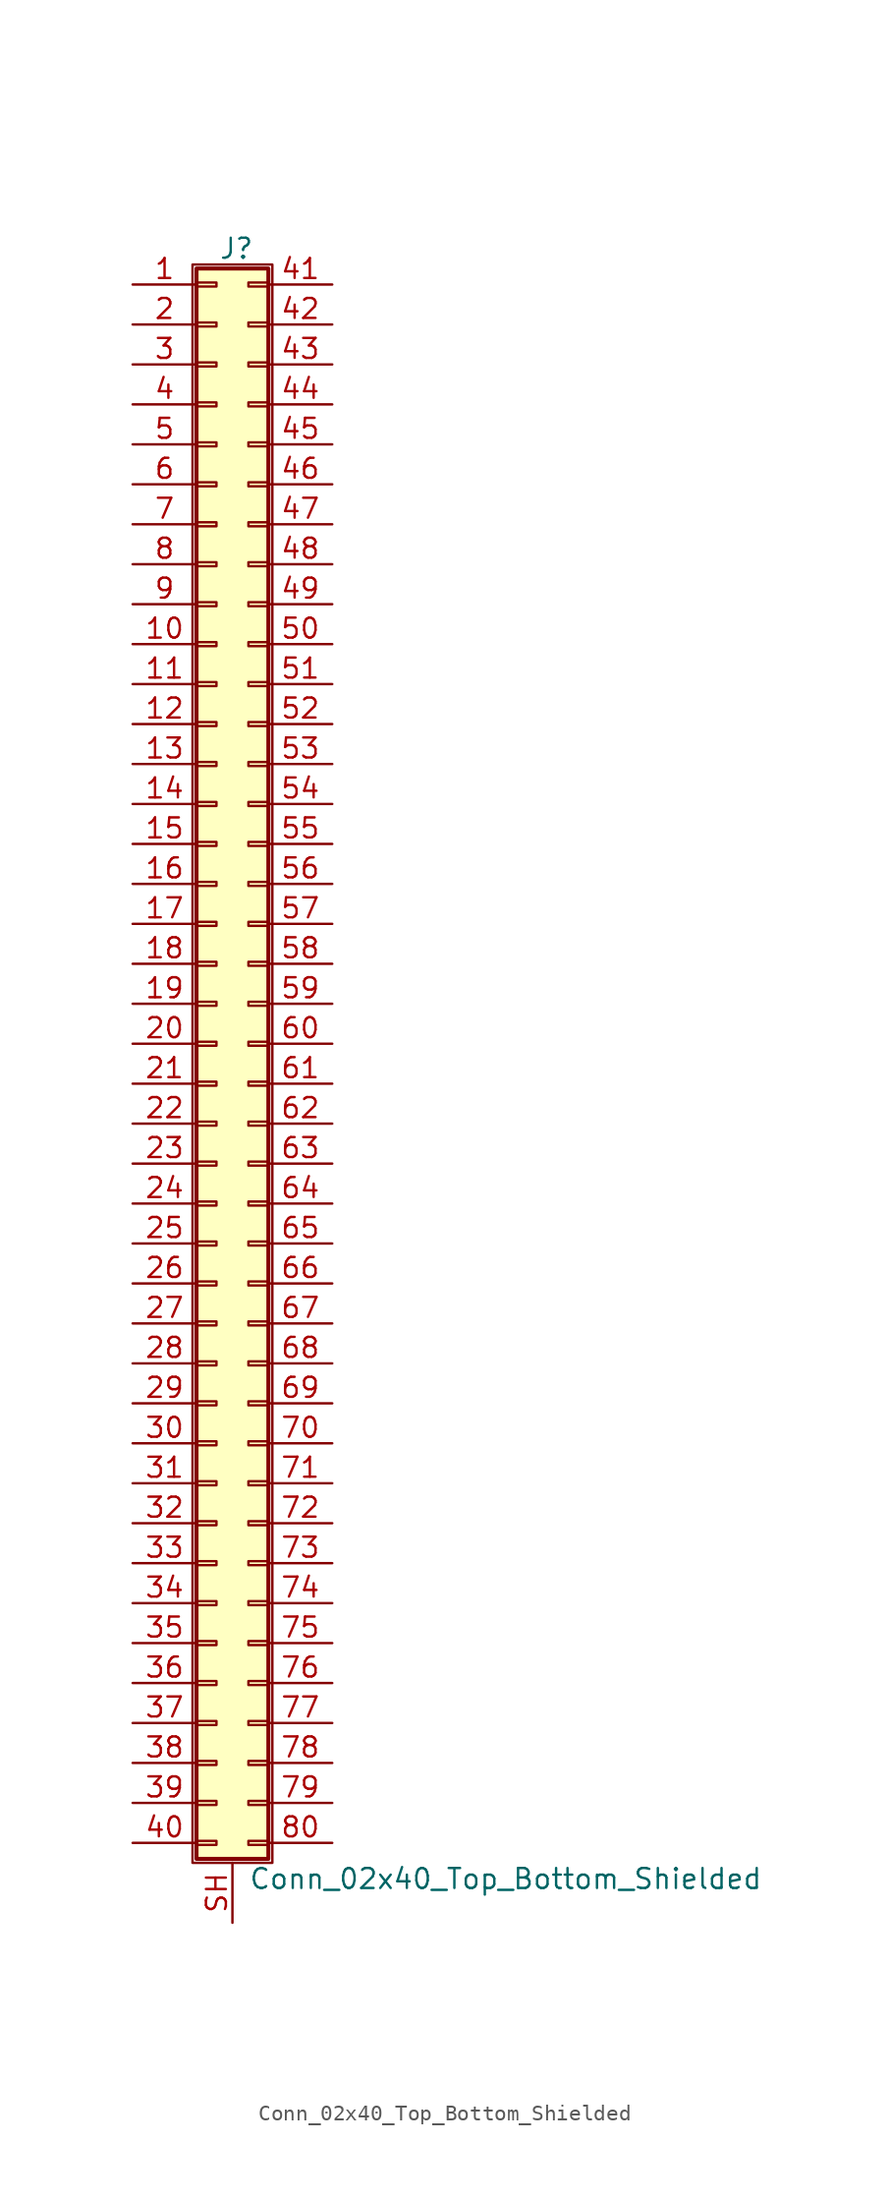
<source format=kicad_sym>
(kicad_symbol_lib
  (version 20211014)
  (generator kicad_symbol_editor)
  (symbol "Conn_02x40_Top_Bottom_Shielded"
    (pin_names
      (offset 1.016) hide)
    (property "Reference" "J"
      (at 1.524 50.546 0)
      (effects (font (size 1.27 1.27))))
    (property "Value" "Conn_02x40_Top_Bottom_Shielded"
      (at 2.286 -53.086 0)
      (effects (font (size 1.27 1.27)) (justify left)))
    (symbol "Conn_02x40_Top_Bottom_Shielded_1_1"
      (rectangle (start -1.27 49.53) (end 3.81 -52.07) (stroke (width 0.152) (type default) (color 0 0 0 0)) (fill (type none)))
      (rectangle (start -1.016 -50.673) (end 0.254 -50.927) (stroke (width 0.152) (type default) (color 0 0 0 0)) (fill (type none)))
      (rectangle (start -1.016 -48.133) (end 0.254 -48.387) (stroke (width 0.152) (type default) (color 0 0 0 0)) (fill (type none)))
      (rectangle (start -1.016 -45.593) (end 0.254 -45.847) (stroke (width 0.152) (type default) (color 0 0 0 0)) (fill (type none)))
      (rectangle (start -1.016 -43.053) (end 0.254 -43.307) (stroke (width 0.152) (type default) (color 0 0 0 0)) (fill (type none)))
      (rectangle (start -1.016 -40.513) (end 0.254 -40.767) (stroke (width 0.152) (type default) (color 0 0 0 0)) (fill (type none)))
      (rectangle (start -1.016 -37.973) (end 0.254 -38.227) (stroke (width 0.152) (type default) (color 0 0 0 0)) (fill (type none)))
      (rectangle (start -1.016 -35.433) (end 0.254 -35.687) (stroke (width 0.152) (type default) (color 0 0 0 0)) (fill (type none)))
      (rectangle (start -1.016 -32.893) (end 0.254 -33.147) (stroke (width 0.152) (type default) (color 0 0 0 0)) (fill (type none)))
      (rectangle (start -1.016 -30.353) (end 0.254 -30.607) (stroke (width 0.152) (type default) (color 0 0 0 0)) (fill (type none)))
      (rectangle (start -1.016 -27.813) (end 0.254 -28.067) (stroke (width 0.152) (type default) (color 0 0 0 0)) (fill (type none)))
      (rectangle (start -1.016 -25.273) (end 0.254 -25.527) (stroke (width 0.152) (type default) (color 0 0 0 0)) (fill (type none)))
      (rectangle (start -1.016 -22.733) (end 0.254 -22.987) (stroke (width 0.152) (type default) (color 0 0 0 0)) (fill (type none)))
      (rectangle (start -1.016 -20.193) (end 0.254 -20.447) (stroke (width 0.152) (type default) (color 0 0 0 0)) (fill (type none)))
      (rectangle (start -1.016 -17.653) (end 0.254 -17.907) (stroke (width 0.152) (type default) (color 0 0 0 0)) (fill (type none)))
      (rectangle (start -1.016 -15.113) (end 0.254 -15.367) (stroke (width 0.152) (type default) (color 0 0 0 0)) (fill (type none)))
      (rectangle (start -1.016 -12.573) (end 0.254 -12.827) (stroke (width 0.152) (type default) (color 0 0 0 0)) (fill (type none)))
      (rectangle (start -1.016 -10.033) (end 0.254 -10.287) (stroke (width 0.152) (type default) (color 0 0 0 0)) (fill (type none)))
      (rectangle (start -1.016 -7.493) (end 0.254 -7.747) (stroke (width 0.152) (type default) (color 0 0 0 0)) (fill (type none)))
      (rectangle (start -1.016 -4.953) (end 0.254 -5.207) (stroke (width 0.152) (type default) (color 0 0 0 0)) (fill (type none)))
      (rectangle (start -1.016 -2.413) (end 0.254 -2.667) (stroke (width 0.152) (type default) (color 0 0 0 0)) (fill (type none)))
      (rectangle (start -1.016 0.127) (end 0.254 -0.127) (stroke (width 0.152) (type default) (color 0 0 0 0)) (fill (type none)))
      (rectangle (start -1.016 2.667) (end 0.254 2.413) (stroke (width 0.152) (type default) (color 0 0 0 0)) (fill (type none)))
      (rectangle (start -1.016 5.207) (end 0.254 4.953) (stroke (width 0.152) (type default) (color 0 0 0 0)) (fill (type none)))
      (rectangle (start -1.016 7.747) (end 0.254 7.493) (stroke (width 0.152) (type default) (color 0 0 0 0)) (fill (type none)))
      (rectangle (start -1.016 10.287) (end 0.254 10.033) (stroke (width 0.152) (type default) (color 0 0 0 0)) (fill (type none)))
      (rectangle (start -1.016 12.827) (end 0.254 12.573) (stroke (width 0.152) (type default) (color 0 0 0 0)) (fill (type none)))
      (rectangle (start -1.016 15.367) (end 0.254 15.113) (stroke (width 0.152) (type default) (color 0 0 0 0)) (fill (type none)))
      (rectangle (start -1.016 17.907) (end 0.254 17.653) (stroke (width 0.152) (type default) (color 0 0 0 0)) (fill (type none)))
      (rectangle (start -1.016 20.447) (end 0.254 20.193) (stroke (width 0.152) (type default) (color 0 0 0 0)) (fill (type none)))
      (rectangle (start -1.016 22.987) (end 0.254 22.733) (stroke (width 0.152) (type default) (color 0 0 0 0)) (fill (type none)))
      (rectangle (start -1.016 25.527) (end 0.254 25.273) (stroke (width 0.152) (type default) (color 0 0 0 0)) (fill (type none)))
      (rectangle (start -1.016 28.067) (end 0.254 27.813) (stroke (width 0.152) (type default) (color 0 0 0 0)) (fill (type none)))
      (rectangle (start -1.016 30.607) (end 0.254 30.353) (stroke (width 0.152) (type default) (color 0 0 0 0)) (fill (type none)))
      (rectangle (start -1.016 33.147) (end 0.254 32.893) (stroke (width 0.152) (type default) (color 0 0 0 0)) (fill (type none)))
      (rectangle (start -1.016 35.687) (end 0.254 35.433) (stroke (width 0.152) (type default) (color 0 0 0 0)) (fill (type none)))
      (rectangle (start -1.016 38.227) (end 0.254 37.973) (stroke (width 0.152) (type default) (color 0 0 0 0)) (fill (type none)))
      (rectangle (start -1.016 40.767) (end 0.254 40.513) (stroke (width 0.152) (type default) (color 0 0 0 0)) (fill (type none)))
      (rectangle (start -1.016 43.307) (end 0.254 43.053) (stroke (width 0.152) (type default) (color 0 0 0 0)) (fill (type none)))
      (rectangle (start -1.016 45.847) (end 0.254 45.593) (stroke (width 0.152) (type default) (color 0 0 0 0)) (fill (type none)))
      (rectangle (start -1.016 48.387) (end 0.254 48.133) (stroke (width 0.152) (type default) (color 0 0 0 0)) (fill (type none)))
      (rectangle (start -1.016 49.276) (end 3.556 -51.816) (stroke (width 0.254) (type default) (color 0 0 0 0)) (fill (type background)))
      (rectangle (start 3.556 -50.673) (end 2.286 -50.927) (stroke (width 0.152) (type default) (color 0 0 0 0)) (fill (type none)))
      (rectangle (start 3.556 -48.133) (end 2.286 -48.387) (stroke (width 0.152) (type default) (color 0 0 0 0)) (fill (type none)))
      (rectangle (start 3.556 -45.593) (end 2.286 -45.847) (stroke (width 0.152) (type default) (color 0 0 0 0)) (fill (type none)))
      (rectangle (start 3.556 -43.053) (end 2.286 -43.307) (stroke (width 0.152) (type default) (color 0 0 0 0)) (fill (type none)))
      (rectangle (start 3.556 -40.513) (end 2.286 -40.767) (stroke (width 0.152) (type default) (color 0 0 0 0)) (fill (type none)))
      (rectangle (start 3.556 -37.973) (end 2.286 -38.227) (stroke (width 0.152) (type default) (color 0 0 0 0)) (fill (type none)))
      (rectangle (start 3.556 -35.433) (end 2.286 -35.687) (stroke (width 0.152) (type default) (color 0 0 0 0)) (fill (type none)))
      (rectangle (start 3.556 -32.893) (end 2.286 -33.147) (stroke (width 0.152) (type default) (color 0 0 0 0)) (fill (type none)))
      (rectangle (start 3.556 -30.353) (end 2.286 -30.607) (stroke (width 0.152) (type default) (color 0 0 0 0)) (fill (type none)))
      (rectangle (start 3.556 -27.813) (end 2.286 -28.067) (stroke (width 0.152) (type default) (color 0 0 0 0)) (fill (type none)))
      (rectangle (start 3.556 -25.273) (end 2.286 -25.527) (stroke (width 0.152) (type default) (color 0 0 0 0)) (fill (type none)))
      (rectangle (start 3.556 -22.733) (end 2.286 -22.987) (stroke (width 0.152) (type default) (color 0 0 0 0)) (fill (type none)))
      (rectangle (start 3.556 -20.193) (end 2.286 -20.447) (stroke (width 0.152) (type default) (color 0 0 0 0)) (fill (type none)))
      (rectangle (start 3.556 -17.653) (end 2.286 -17.907) (stroke (width 0.152) (type default) (color 0 0 0 0)) (fill (type none)))
      (rectangle (start 3.556 -15.113) (end 2.286 -15.367) (stroke (width 0.152) (type default) (color 0 0 0 0)) (fill (type none)))
      (rectangle (start 3.556 -12.573) (end 2.286 -12.827) (stroke (width 0.152) (type default) (color 0 0 0 0)) (fill (type none)))
      (rectangle (start 3.556 -10.033) (end 2.286 -10.287) (stroke (width 0.152) (type default) (color 0 0 0 0)) (fill (type none)))
      (rectangle (start 3.556 -7.493) (end 2.286 -7.747) (stroke (width 0.152) (type default) (color 0 0 0 0)) (fill (type none)))
      (rectangle (start 3.556 -4.953) (end 2.286 -5.207) (stroke (width 0.152) (type default) (color 0 0 0 0)) (fill (type none)))
      (rectangle (start 3.556 -2.413) (end 2.286 -2.667) (stroke (width 0.152) (type default) (color 0 0 0 0)) (fill (type none)))
      (rectangle (start 3.556 0.127) (end 2.286 -0.127) (stroke (width 0.152) (type default) (color 0 0 0 0)) (fill (type none)))
      (rectangle (start 3.556 2.667) (end 2.286 2.413) (stroke (width 0.152) (type default) (color 0 0 0 0)) (fill (type none)))
      (rectangle (start 3.556 5.207) (end 2.286 4.953) (stroke (width 0.152) (type default) (color 0 0 0 0)) (fill (type none)))
      (rectangle (start 3.556 7.747) (end 2.286 7.493) (stroke (width 0.152) (type default) (color 0 0 0 0)) (fill (type none)))
      (rectangle (start 3.556 10.287) (end 2.286 10.033) (stroke (width 0.152) (type default) (color 0 0 0 0)) (fill (type none)))
      (rectangle (start 3.556 12.827) (end 2.286 12.573) (stroke (width 0.152) (type default) (color 0 0 0 0)) (fill (type none)))
      (rectangle (start 3.556 15.367) (end 2.286 15.113) (stroke (width 0.152) (type default) (color 0 0 0 0)) (fill (type none)))
      (rectangle (start 3.556 17.907) (end 2.286 17.653) (stroke (width 0.152) (type default) (color 0 0 0 0)) (fill (type none)))
      (rectangle (start 3.556 20.447) (end 2.286 20.193) (stroke (width 0.152) (type default) (color 0 0 0 0)) (fill (type none)))
      (rectangle (start 3.556 22.987) (end 2.286 22.733) (stroke (width 0.152) (type default) (color 0 0 0 0)) (fill (type none)))
      (rectangle (start 3.556 25.527) (end 2.286 25.273) (stroke (width 0.152) (type default) (color 0 0 0 0)) (fill (type none)))
      (rectangle (start 3.556 28.067) (end 2.286 27.813) (stroke (width 0.152) (type default) (color 0 0 0 0)) (fill (type none)))
      (rectangle (start 3.556 30.607) (end 2.286 30.353) (stroke (width 0.152) (type default) (color 0 0 0 0)) (fill (type none)))
      (rectangle (start 3.556 33.147) (end 2.286 32.893) (stroke (width 0.152) (type default) (color 0 0 0 0)) (fill (type none)))
      (rectangle (start 3.556 35.687) (end 2.286 35.433) (stroke (width 0.152) (type default) (color 0 0 0 0)) (fill (type none)))
      (rectangle (start 3.556 38.227) (end 2.286 37.973) (stroke (width 0.152) (type default) (color 0 0 0 0)) (fill (type none)))
      (rectangle (start 3.556 40.767) (end 2.286 40.513) (stroke (width 0.152) (type default) (color 0 0 0 0)) (fill (type none)))
      (rectangle (start 3.556 43.307) (end 2.286 43.053) (stroke (width 0.152) (type default) (color 0 0 0 0)) (fill (type none)))
      (rectangle (start 3.556 45.847) (end 2.286 45.593) (stroke (width 0.152) (type default) (color 0 0 0 0)) (fill (type none)))
      (rectangle (start 3.556 48.387) (end 2.286 48.133) (stroke (width 0.152) (type default) (color 0 0 0 0)) (fill (type none)))
      (pin passive line (at -5.08 48.26 0) (length 4.064) (name "Pin_1" (effects (font (size 1.27 1.27)))) (number "1" (effects (font (size 1.27 1.27)))))
      (pin passive line (at -5.08 25.4 0) (length 4.064) (name "Pin_10" (effects (font (size 1.27 1.27)))) (number "10" (effects (font (size 1.27 1.27)))))
      (pin passive line (at -5.08 22.86 0) (length 4.064) (name "Pin_11" (effects (font (size 1.27 1.27)))) (number "11" (effects (font (size 1.27 1.27)))))
      (pin passive line (at -5.08 20.32 0) (length 4.064) (name "Pin_12" (effects (font (size 1.27 1.27)))) (number "12" (effects (font (size 1.27 1.27)))))
      (pin passive line (at -5.08 17.78 0) (length 4.064) (name "Pin_13" (effects (font (size 1.27 1.27)))) (number "13" (effects (font (size 1.27 1.27)))))
      (pin passive line (at -5.08 15.24 0) (length 4.064) (name "Pin_14" (effects (font (size 1.27 1.27)))) (number "14" (effects (font (size 1.27 1.27)))))
      (pin passive line (at -5.08 12.7 0) (length 4.064) (name "Pin_15" (effects (font (size 1.27 1.27)))) (number "15" (effects (font (size 1.27 1.27)))))
      (pin passive line (at -5.08 10.16 0) (length 4.064) (name "Pin_16" (effects (font (size 1.27 1.27)))) (number "16" (effects (font (size 1.27 1.27)))))
      (pin passive line (at -5.08 7.62 0) (length 4.064) (name "Pin_17" (effects (font (size 1.27 1.27)))) (number "17" (effects (font (size 1.27 1.27)))))
      (pin passive line (at -5.08 5.08 0) (length 4.064) (name "Pin_18" (effects (font (size 1.27 1.27)))) (number "18" (effects (font (size 1.27 1.27)))))
      (pin passive line (at -5.08 2.54 0) (length 4.064) (name "Pin_19" (effects (font (size 1.27 1.27)))) (number "19" (effects (font (size 1.27 1.27)))))
      (pin passive line (at -5.08 45.72 0) (length 4.064) (name "Pin_2" (effects (font (size 1.27 1.27)))) (number "2" (effects (font (size 1.27 1.27)))))
      (pin passive line (at -5.08 0 0) (length 4.064) (name "Pin_20" (effects (font (size 1.27 1.27)))) (number "20" (effects (font (size 1.27 1.27)))))
      (pin passive line (at -5.08 -2.54 0) (length 4.064) (name "Pin_21" (effects (font (size 1.27 1.27)))) (number "21" (effects (font (size 1.27 1.27)))))
      (pin passive line (at -5.08 -5.08 0) (length 4.064) (name "Pin_22" (effects (font (size 1.27 1.27)))) (number "22" (effects (font (size 1.27 1.27)))))
      (pin passive line (at -5.08 -7.62 0) (length 4.064) (name "Pin_23" (effects (font (size 1.27 1.27)))) (number "23" (effects (font (size 1.27 1.27)))))
      (pin passive line (at -5.08 -10.16 0) (length 4.064) (name "Pin_24" (effects (font (size 1.27 1.27)))) (number "24" (effects (font (size 1.27 1.27)))))
      (pin passive line (at -5.08 -12.7 0) (length 4.064) (name "Pin_25" (effects (font (size 1.27 1.27)))) (number "25" (effects (font (size 1.27 1.27)))))
      (pin passive line (at -5.08 -15.24 0) (length 4.064) (name "Pin_26" (effects (font (size 1.27 1.27)))) (number "26" (effects (font (size 1.27 1.27)))))
      (pin passive line (at -5.08 -17.78 0) (length 4.064) (name "Pin_27" (effects (font (size 1.27 1.27)))) (number "27" (effects (font (size 1.27 1.27)))))
      (pin passive line (at -5.08 -20.32 0) (length 4.064) (name "Pin_28" (effects (font (size 1.27 1.27)))) (number "28" (effects (font (size 1.27 1.27)))))
      (pin passive line (at -5.08 -22.86 0) (length 4.064) (name "Pin_29" (effects (font (size 1.27 1.27)))) (number "29" (effects (font (size 1.27 1.27)))))
      (pin passive line (at -5.08 43.18 0) (length 4.064) (name "Pin_3" (effects (font (size 1.27 1.27)))) (number "3" (effects (font (size 1.27 1.27)))))
      (pin passive line (at -5.08 -25.4 0) (length 4.064) (name "Pin_30" (effects (font (size 1.27 1.27)))) (number "30" (effects (font (size 1.27 1.27)))))
      (pin passive line (at -5.08 -27.94 0) (length 4.064) (name "Pin_31" (effects (font (size 1.27 1.27)))) (number "31" (effects (font (size 1.27 1.27)))))
      (pin passive line (at -5.08 -30.48 0) (length 4.064) (name "Pin_32" (effects (font (size 1.27 1.27)))) (number "32" (effects (font (size 1.27 1.27)))))
      (pin passive line (at -5.08 -33.02 0) (length 4.064) (name "Pin_33" (effects (font (size 1.27 1.27)))) (number "33" (effects (font (size 1.27 1.27)))))
      (pin passive line (at -5.08 -35.56 0) (length 4.064) (name "Pin_34" (effects (font (size 1.27 1.27)))) (number "34" (effects (font (size 1.27 1.27)))))
      (pin passive line (at -5.08 -38.1 0) (length 4.064) (name "Pin_35" (effects (font (size 1.27 1.27)))) (number "35" (effects (font (size 1.27 1.27)))))
      (pin passive line (at -5.08 -40.64 0) (length 4.064) (name "Pin_36" (effects (font (size 1.27 1.27)))) (number "36" (effects (font (size 1.27 1.27)))))
      (pin passive line (at -5.08 -43.18 0) (length 4.064) (name "Pin_37" (effects (font (size 1.27 1.27)))) (number "37" (effects (font (size 1.27 1.27)))))
      (pin passive line (at -5.08 -45.72 0) (length 4.064) (name "Pin_38" (effects (font (size 1.27 1.27)))) (number "38" (effects (font (size 1.27 1.27)))))
      (pin passive line (at -5.08 -48.26 0) (length 4.064) (name "Pin_39" (effects (font (size 1.27 1.27)))) (number "39" (effects (font (size 1.27 1.27)))))
      (pin passive line (at -5.08 40.64 0) (length 4.064) (name "Pin_4" (effects (font (size 1.27 1.27)))) (number "4" (effects (font (size 1.27 1.27)))))
      (pin passive line (at -5.08 -50.8 0) (length 4.064) (name "Pin_40" (effects (font (size 1.27 1.27)))) (number "40" (effects (font (size 1.27 1.27)))))
      (pin passive line (at 7.62 48.26 180) (length 4.064) (name "Pin_41" (effects (font (size 1.27 1.27)))) (number "41" (effects (font (size 1.27 1.27)))))
      (pin passive line (at 7.62 45.72 180) (length 4.064) (name "Pin_42" (effects (font (size 1.27 1.27)))) (number "42" (effects (font (size 1.27 1.27)))))
      (pin passive line (at 7.62 43.18 180) (length 4.064) (name "Pin_43" (effects (font (size 1.27 1.27)))) (number "43" (effects (font (size 1.27 1.27)))))
      (pin passive line (at 7.62 40.64 180) (length 4.064) (name "Pin_44" (effects (font (size 1.27 1.27)))) (number "44" (effects (font (size 1.27 1.27)))))
      (pin passive line (at 7.62 38.1 180) (length 4.064) (name "Pin_45" (effects (font (size 1.27 1.27)))) (number "45" (effects (font (size 1.27 1.27)))))
      (pin passive line (at 7.62 35.56 180) (length 4.064) (name "Pin_46" (effects (font (size 1.27 1.27)))) (number "46" (effects (font (size 1.27 1.27)))))
      (pin passive line (at 7.62 33.02 180) (length 4.064) (name "Pin_47" (effects (font (size 1.27 1.27)))) (number "47" (effects (font (size 1.27 1.27)))))
      (pin passive line (at 7.62 30.48 180) (length 4.064) (name "Pin_48" (effects (font (size 1.27 1.27)))) (number "48" (effects (font (size 1.27 1.27)))))
      (pin passive line (at 7.62 27.94 180) (length 4.064) (name "Pin_49" (effects (font (size 1.27 1.27)))) (number "49" (effects (font (size 1.27 1.27)))))
      (pin passive line (at -5.08 38.1 0) (length 4.064) (name "Pin_5" (effects (font (size 1.27 1.27)))) (number "5" (effects (font (size 1.27 1.27)))))
      (pin passive line (at 7.62 25.4 180) (length 4.064) (name "Pin_50" (effects (font (size 1.27 1.27)))) (number "50" (effects (font (size 1.27 1.27)))))
      (pin passive line (at 7.62 22.86 180) (length 4.064) (name "Pin_51" (effects (font (size 1.27 1.27)))) (number "51" (effects (font (size 1.27 1.27)))))
      (pin passive line (at 7.62 20.32 180) (length 4.064) (name "Pin_52" (effects (font (size 1.27 1.27)))) (number "52" (effects (font (size 1.27 1.27)))))
      (pin passive line (at 7.62 17.78 180) (length 4.064) (name "Pin_53" (effects (font (size 1.27 1.27)))) (number "53" (effects (font (size 1.27 1.27)))))
      (pin passive line (at 7.62 15.24 180) (length 4.064) (name "Pin_54" (effects (font (size 1.27 1.27)))) (number "54" (effects (font (size 1.27 1.27)))))
      (pin passive line (at 7.62 12.7 180) (length 4.064) (name "Pin_55" (effects (font (size 1.27 1.27)))) (number "55" (effects (font (size 1.27 1.27)))))
      (pin passive line (at 7.62 10.16 180) (length 4.064) (name "Pin_56" (effects (font (size 1.27 1.27)))) (number "56" (effects (font (size 1.27 1.27)))))
      (pin passive line (at 7.62 7.62 180) (length 4.064) (name "Pin_57" (effects (font (size 1.27 1.27)))) (number "57" (effects (font (size 1.27 1.27)))))
      (pin passive line (at 7.62 5.08 180) (length 4.064) (name "Pin_58" (effects (font (size 1.27 1.27)))) (number "58" (effects (font (size 1.27 1.27)))))
      (pin passive line (at 7.62 2.54 180) (length 4.064) (name "Pin_59" (effects (font (size 1.27 1.27)))) (number "59" (effects (font (size 1.27 1.27)))))
      (pin passive line (at -5.08 35.56 0) (length 4.064) (name "Pin_6" (effects (font (size 1.27 1.27)))) (number "6" (effects (font (size 1.27 1.27)))))
      (pin passive line (at 7.62 0 180) (length 4.064) (name "Pin_60" (effects (font (size 1.27 1.27)))) (number "60" (effects (font (size 1.27 1.27)))))
      (pin passive line (at 7.62 -2.54 180) (length 4.064) (name "Pin_61" (effects (font (size 1.27 1.27)))) (number "61" (effects (font (size 1.27 1.27)))))
      (pin passive line (at 7.62 -5.08 180) (length 4.064) (name "Pin_62" (effects (font (size 1.27 1.27)))) (number "62" (effects (font (size 1.27 1.27)))))
      (pin passive line (at 7.62 -7.62 180) (length 4.064) (name "Pin_63" (effects (font (size 1.27 1.27)))) (number "63" (effects (font (size 1.27 1.27)))))
      (pin passive line (at 7.62 -10.16 180) (length 4.064) (name "Pin_64" (effects (font (size 1.27 1.27)))) (number "64" (effects (font (size 1.27 1.27)))))
      (pin passive line (at 7.62 -12.7 180) (length 4.064) (name "Pin_65" (effects (font (size 1.27 1.27)))) (number "65" (effects (font (size 1.27 1.27)))))
      (pin passive line (at 7.62 -15.24 180) (length 4.064) (name "Pin_66" (effects (font (size 1.27 1.27)))) (number "66" (effects (font (size 1.27 1.27)))))
      (pin passive line (at 7.62 -17.78 180) (length 4.064) (name "Pin_67" (effects (font (size 1.27 1.27)))) (number "67" (effects (font (size 1.27 1.27)))))
      (pin passive line (at 7.62 -20.32 180) (length 4.064) (name "Pin_68" (effects (font (size 1.27 1.27)))) (number "68" (effects (font (size 1.27 1.27)))))
      (pin passive line (at 7.62 -22.86 180) (length 4.064) (name "Pin_69" (effects (font (size 1.27 1.27)))) (number "69" (effects (font (size 1.27 1.27)))))
      (pin passive line (at -5.08 33.02 0) (length 4.064) (name "Pin_7" (effects (font (size 1.27 1.27)))) (number "7" (effects (font (size 1.27 1.27)))))
      (pin passive line (at 7.62 -25.4 180) (length 4.064) (name "Pin_70" (effects (font (size 1.27 1.27)))) (number "70" (effects (font (size 1.27 1.27)))))
      (pin passive line (at 7.62 -27.94 180) (length 4.064) (name "Pin_71" (effects (font (size 1.27 1.27)))) (number "71" (effects (font (size 1.27 1.27)))))
      (pin passive line (at 7.62 -30.48 180) (length 4.064) (name "Pin_72" (effects (font (size 1.27 1.27)))) (number "72" (effects (font (size 1.27 1.27)))))
      (pin passive line (at 7.62 -33.02 180) (length 4.064) (name "Pin_73" (effects (font (size 1.27 1.27)))) (number "73" (effects (font (size 1.27 1.27)))))
      (pin passive line (at 7.62 -35.56 180) (length 4.064) (name "Pin_74" (effects (font (size 1.27 1.27)))) (number "74" (effects (font (size 1.27 1.27)))))
      (pin passive line (at 7.62 -38.1 180) (length 4.064) (name "Pin_75" (effects (font (size 1.27 1.27)))) (number "75" (effects (font (size 1.27 1.27)))))
      (pin passive line (at 7.62 -40.64 180) (length 4.064) (name "Pin_76" (effects (font (size 1.27 1.27)))) (number "76" (effects (font (size 1.27 1.27)))))
      (pin passive line (at 7.62 -43.18 180) (length 4.064) (name "Pin_77" (effects (font (size 1.27 1.27)))) (number "77" (effects (font (size 1.27 1.27)))))
      (pin passive line (at 7.62 -45.72 180) (length 4.064) (name "Pin_78" (effects (font (size 1.27 1.27)))) (number "78" (effects (font (size 1.27 1.27)))))
      (pin passive line (at 7.62 -48.26 180) (length 4.064) (name "Pin_79" (effects (font (size 1.27 1.27)))) (number "79" (effects (font (size 1.27 1.27)))))
      (pin passive line (at -5.08 30.48 0) (length 4.064) (name "Pin_8" (effects (font (size 1.27 1.27)))) (number "8" (effects (font (size 1.27 1.27)))))
      (pin passive line (at 7.62 -50.8 180) (length 4.064) (name "Pin_80" (effects (font (size 1.27 1.27)))) (number "80" (effects (font (size 1.27 1.27)))))
      (pin passive line (at -5.08 27.94 0) (length 4.064) (name "Pin_9" (effects (font (size 1.27 1.27)))) (number "9" (effects (font (size 1.27 1.27)))))
      (pin passive line (at 1.27 -55.88 90) (length 3.81) (name "Shield" (effects (font (size 1.27 1.27)))) (number "SH" (effects (font (size 1.27 1.27))))))))
</source>
